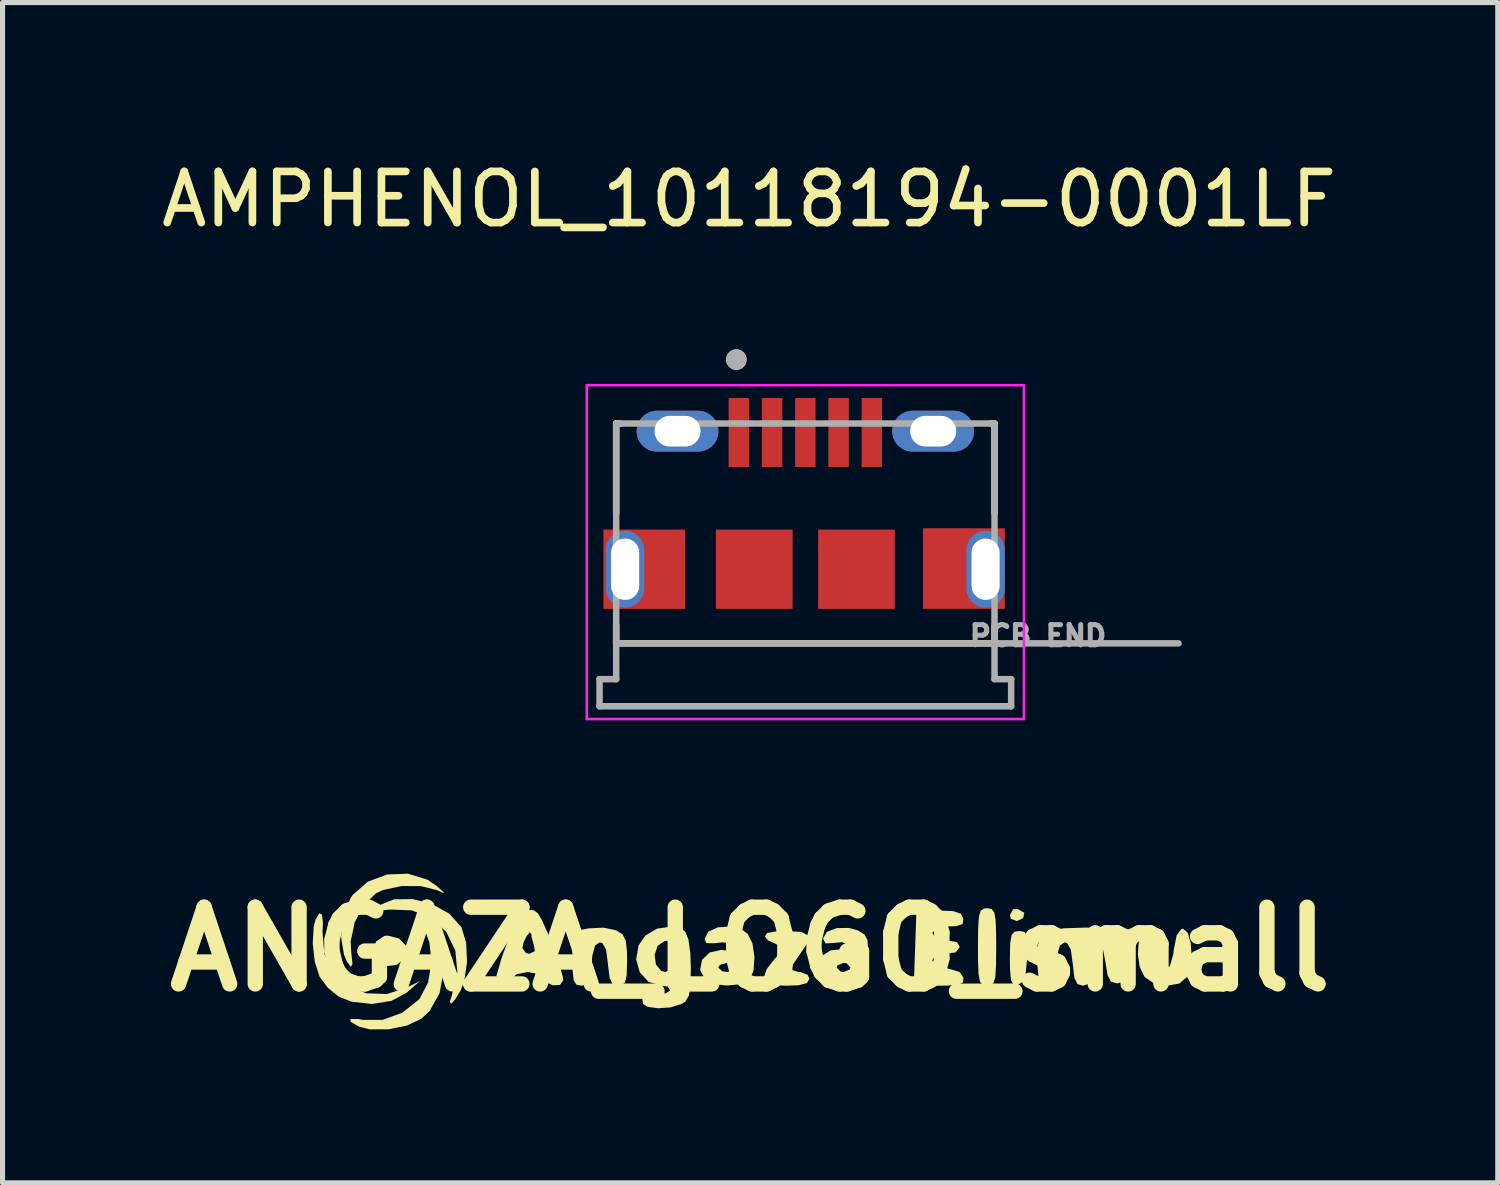
<source format=kicad_pcb>
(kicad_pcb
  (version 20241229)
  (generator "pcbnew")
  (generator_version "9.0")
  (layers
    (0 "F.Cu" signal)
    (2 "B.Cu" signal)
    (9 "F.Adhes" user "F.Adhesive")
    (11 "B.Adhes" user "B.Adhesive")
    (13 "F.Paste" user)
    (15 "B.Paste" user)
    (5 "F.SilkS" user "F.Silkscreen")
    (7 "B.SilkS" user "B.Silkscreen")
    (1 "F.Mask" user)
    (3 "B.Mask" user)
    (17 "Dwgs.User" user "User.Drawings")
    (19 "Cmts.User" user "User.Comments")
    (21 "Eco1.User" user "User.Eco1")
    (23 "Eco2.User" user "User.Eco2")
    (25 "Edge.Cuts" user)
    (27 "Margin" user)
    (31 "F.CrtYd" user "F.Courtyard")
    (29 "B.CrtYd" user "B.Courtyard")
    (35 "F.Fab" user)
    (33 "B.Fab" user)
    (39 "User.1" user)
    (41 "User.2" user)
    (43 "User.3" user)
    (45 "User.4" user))
  (footprint "AMPHENOL_10118194-0001LF"
    (layer "F.Cu")
    (at 12.701 8.083)
    (property "Reference" "AMPHENOL_10118194-0001LF" (at -1.1 -7.235 0) (layer "F.SilkS") (effects (font (size 1 1) (thickness 0.15))))
    (attr smd)
    (fp_line (start -3.7 -2.85) (end -3.7 -1.095) (stroke (width 0.127) (type solid)) (layer "F.SilkS"))
    (fp_line (start -3.7 -2.85) (end -3.62 -2.85) (stroke (width 0.127) (type solid)) (layer "F.SilkS"))
    (fp_line (start -3.7 1.45) (end -3.7 1.095) (stroke (width 0.127) (type solid)) (layer "F.SilkS"))
    (fp_line (start -3.7 1.45) (end 3.7 1.45) (stroke (width 0.127) (type solid)) (layer "F.SilkS"))
    (fp_line (start 3.62 -2.85) (end 3.7 -2.85) (stroke (width 0.127) (type solid)) (layer "F.SilkS"))
    (fp_line (start 3.7 -1.095) (end 3.7 -2.85) (stroke (width 0.127) (type solid)) (layer "F.SilkS"))
    (fp_line (start 3.7 1.45) (end 3.7 1.095) (stroke (width 0.127) (type solid)) (layer "F.SilkS"))
    (fp_circle (center -1.35 -4.1) (end -1.25 -4.1) (stroke (width 0.2) (type solid)) (fill no) (layer "F.SilkS"))
    (fp_line (start -4.275 -3.6) (end -4.275 2.93) (stroke (width 0.05) (type solid)) (layer "F.CrtYd"))
    (fp_line (start -4.275 2.93) (end 4.275 2.93) (stroke (width 0.05) (type solid)) (layer "F.CrtYd"))
    (fp_line (start 4.275 -3.6) (end -4.275 -3.6) (stroke (width 0.05) (type solid)) (layer "F.CrtYd"))
    (fp_line (start 4.275 2.93) (end 4.275 -3.6) (stroke (width 0.05) (type solid)) (layer "F.CrtYd"))
    (fp_line (start -4.025 2.15) (end -4.025 2.68) (stroke (width 0.127) (type solid)) (layer "F.Fab"))
    (fp_line (start -4.025 2.68) (end 4.025 2.68) (stroke (width 0.127) (type solid)) (layer "F.Fab"))
    (fp_line (start -3.7 -2.85) (end -3.7 1.45) (stroke (width 0.127) (type solid)) (layer "F.Fab"))
    (fp_line (start -3.7 -2.85) (end 3.7 -2.85) (stroke (width 0.127) (type solid)) (layer "F.Fab"))
    (fp_line (start -3.7 1.45) (end -3.7 2.15) (stroke (width 0.127) (type solid)) (layer "F.Fab"))
    (fp_line (start -3.7 1.45) (end 3.7 1.45) (stroke (width 0.127) (type solid)) (layer "F.Fab"))
    (fp_line (start -3.7 2.15) (end -4.025 2.15) (stroke (width 0.127) (type solid)) (layer "F.Fab"))
    (fp_line (start 3.7 1.45) (end 3.7 -2.85) (stroke (width 0.127) (type solid)) (layer "F.Fab"))
    (fp_line (start 3.7 1.45) (end 7.3 1.45) (stroke (width 0.127) (type solid)) (layer "F.Fab"))
    (fp_line (start 3.7 2.15) (end 3.7 1.45) (stroke (width 0.127) (type solid)) (layer "F.Fab"))
    (fp_line (start 4.025 2.15) (end 3.7 2.15) (stroke (width 0.127) (type solid)) (layer "F.Fab"))
    (fp_line (start 4.025 2.68) (end 4.025 2.15) (stroke (width 0.127) (type solid)) (layer "F.Fab"))
    (fp_circle (center -1.35 -4.1) (end -1.25 -4.1) (stroke (width 0.2) (type solid)) (fill no) (layer "F.Fab"))
    (fp_text user "PCB END" (at 4.55 1.3 0) (layer "F.Fab") (effects (font (size 0.394 0.394) (thickness 0.098))))
    (pad "1" smd rect (at -1.3 -2.675) (size 0.4 1.35) (layers "F.Cu" "F.Paste"))
    (pad "2" smd rect (at -0.65 -2.675) (size 0.4 1.35) (layers "F.Cu" "F.Paste"))
    (pad "3" smd rect (at 0 -2.675) (size 0.4 1.35) (layers "F.Cu" "F.Paste"))
    (pad "4" smd rect (at 0.65 -2.675) (size 0.4 1.35) (layers "F.Cu" "F.Paste"))
    (pad "5" smd rect (at 1.3 -2.675) (size 0.4 1.35) (layers "F.Cu" "F.Paste"))
    (pad "S1" thru_hole oval (at -2.5 -2.7) (size 1.6 0.8) (drill oval 0.9 0.6) (layers "*.Cu" "*.Mask"))
    (pad "S2" thru_hole oval (at 2.5 -2.7) (size 1.6 0.8) (drill oval 0.9 0.6) (layers "*.Cu" "*.Mask"))
    (pad "S3" thru_hole oval (at -3.525 0) (size 0.75 1.5) (drill oval 0.55 1.2) (layers "*.Cu" "*.Mask"))
    (pad "S4" smd rect (at -3.15 0) (size 1.6 1.55) (layers "F.Cu" "F.Mask" "F.Paste"))
    (pad "S4" smd rect (at -1 0) (size 1.5 1.55) (layers "F.Cu" "F.Mask" "F.Paste"))
    (pad "S5" smd rect (at 1 0) (size 1.5 1.55) (layers "F.Cu" "F.Mask" "F.Paste"))
    (pad "S6" smd rect (at 3.1 -0.013) (size 1.6 1.575) (layers "F.Cu" "F.Mask" "F.Paste"))
    (pad "S6" thru_hole oval (at 3.525 0) (size 0.75 1.5) (drill oval 0.55 1.2) (layers "*.Cu" "*.Mask")))
  (footprint "ANGAZA_LOGO_small"
    (layer "F.Cu")
    (at 11.621 15.515)
    (property "Reference" "ANGAZA_LOGO_small" (at 0 0 0) (layer "F.SilkS") (effects (font (size 1.5 1.5) (thickness 0.3))))
    (attr board_only exclude_from_pos_files exclude_from_bom)
    (fp_poly (pts (xy 5.362 -0.711) (xy 5.34 -0.609) (xy 5.218 -0.55) (xy 5.099 -0.594) (xy 5.08 -0.668) (xy 5.144 -0.781) (xy 5.236 -0.785)) (stroke (width 0) (type solid)) (fill yes) (layer "F.SilkS"))
    (fp_poly (pts (xy -6.864 -0.209) (xy -6.728 -0.065) (xy -6.72 0.117) (xy -6.743 0.163) (xy -6.916 0.308) (xy -7.131 0.33) (xy -7.301 0.231) (xy -7.374 0.035) (xy -7.316 -0.151) (xy -7.155 -0.26) (xy -7.09 -0.267)) (stroke (width 0) (type solid)) (fill yes) (layer "F.SilkS"))
    (fp_poly (pts (xy 5.365 -0.34) (xy 5.416 -0.261) (xy 5.428 -0.079) (xy 5.419 0.155) (xy 5.391 0.46) (xy 5.339 0.627) (xy 5.25 0.693) (xy 5.236 0.696) (xy 5.149 0.69) (xy 5.102 0.604) (xy 5.083 0.401) (xy 5.08 0.185) (xy 5.086 -0.116) (xy 5.114 -0.279) (xy 5.176 -0.345) (xy 5.263 -0.356)) (stroke (width 0) (type solid)) (fill yes) (layer "F.SilkS"))
    (fp_poly (pts (xy 4.721 -0.788) (xy 4.774 -0.722) (xy 4.801 -0.571) (xy 4.811 -0.298) (xy 4.813 -0.045) (xy 4.809 0.324) (xy 4.794 0.549) (xy 4.758 0.665) (xy 4.694 0.708) (xy 4.634 0.713) (xy 4.548 0.699) (xy 4.495 0.633) (xy 4.467 0.482) (xy 4.457 0.209) (xy 4.456 -0.045) (xy 4.459 -0.413) (xy 4.475 -0.638) (xy 4.511 -0.754) (xy 4.575 -0.797) (xy 4.634 -0.802)) (stroke (width 0) (type solid)) (fill yes) (layer "F.SilkS"))
    (fp_poly (pts (xy -8.374 -0.678) (xy -8.355 -0.507) (xy -8.364 -0.339) (xy -8.328 0.091) (xy -8.152 0.449) (xy -7.869 0.713) (xy -7.509 0.862) (xy -7.103 0.876) (xy -6.729 0.757) (xy -6.461 0.623) (xy -6.711 0.846) (xy -7.013 1.009) (xy -7.395 1.071) (xy -7.792 1.027) (xy -8.042 0.93) (xy -8.262 0.752) (xy -8.421 0.537) (xy -8.515 0.244) (xy -8.555 -0.116) (xy -8.534 -0.449) (xy -8.502 -0.572) (xy -8.426 -0.705)) (stroke (width 0) (type solid)) (fill yes) (layer "F.SilkS"))
    (fp_poly (pts (xy -6.364 -0.414) (xy -6.246 -0.283) (xy -6.055 0.061) (xy -6 0.461) (xy -6.074 0.861) (xy -6.271 1.21) (xy -6.429 1.359) (xy -6.714 1.494) (xy -7.079 1.567) (xy -7.438 1.567) (xy -7.642 1.517) (xy -7.814 1.421) (xy -7.818 1.364) (xy -7.662 1.365) (xy -7.576 1.381) (xy -7.19 1.382) (xy -6.803 1.242) (xy -6.479 0.985) (xy -6.464 0.968) (xy -6.299 0.652) (xy -6.232 0.26) (xy -6.272 -0.13) (xy -6.333 -0.296) (xy -6.389 -0.42)) (stroke (width 0) (type solid)) (fill yes) (layer "F.SilkS"))
    (fp_poly (pts (xy -6.31 -1.36) (xy -6.134 -1.24) (xy -6 -1.12) (xy -5.999 -1.098) (xy -6.121 -1.154) (xy -6.438 -1.234) (xy -6.821 -1.235) (xy -7.178 -1.159) (xy -7.314 -1.096) (xy -7.558 -0.863) (xy -7.734 -0.525) (xy -7.813 -0.153) (xy -7.801 0.063) (xy -7.777 0.287) (xy -7.81 0.346) (xy -7.889 0.235) (xy -7.942 0.111) (xy -8.001 -0.241) (xy -7.956 -0.638) (xy -7.82 -0.991) (xy -7.773 -1.062) (xy -7.476 -1.322) (xy -7.098 -1.462) (xy -6.691 -1.477)) (stroke (width 0) (type solid)) (fill yes) (layer "F.SilkS"))
    (fp_poly (pts (xy -6.217 -0.881) (xy -5.883 -0.695) (xy -5.649 -0.434) (xy -5.646 -0.429) (xy -5.554 -0.128) (xy -5.536 0.25) (xy -5.591 0.619) (xy -5.662 0.807) (xy -5.772 0.987) (xy -5.851 1.067) (xy -5.874 1.028) (xy -5.837 0.914) (xy -5.726 0.45) (xy -5.766 0.025) (xy -5.941 -0.336) (xy -6.23 -0.607) (xy -6.615 -0.76) (xy -7.031 -0.776) (xy -7.269 -0.754) (xy -7.355 -0.766) (xy -7.314 -0.819) (xy -7.267 -0.855) (xy -6.964 -0.976) (xy -6.596 -0.98)) (stroke (width 0) (type solid)) (fill yes) (layer "F.SilkS"))
    (fp_poly (pts (xy 1.004 -0.337) (xy 1.14 -0.265) (xy 1.123 -0.123) (xy 0.98 0.089) (xy 0.838 0.297) (xy 0.824 0.407) (xy 0.94 0.445) (xy 0.98 0.446) (xy 1.126 0.501) (xy 1.159 0.579) (xy 1.111 0.663) (xy 0.946 0.704) (xy 0.713 0.713) (xy 0.443 0.702) (xy 0.309 0.661) (xy 0.268 0.572) (xy 0.267 0.55) (xy 0.329 0.382) (xy 0.479 0.189) (xy 0.497 0.172) (xy 0.727 -0.044) (xy 0.526 -0.091) (xy 0.353 -0.171) (xy 0.289 -0.248) (xy 0.33 -0.318) (xy 0.524 -0.352) (xy 0.706 -0.356)) (stroke (width 0) (type solid)) (fill yes) (layer "F.SilkS"))
    (fp_poly (pts (xy 7.866 -0.412) (xy 7.92 -0.293) (xy 7.949 -0.033) (xy 7.949 -0.028) (xy 7.986 0.253) (xy 8.055 0.384) (xy 8.11 0.401) (xy 8.211 0.328) (xy 8.276 0.097) (xy 8.288 0) (xy 8.344 -0.278) (xy 8.434 -0.395) (xy 8.467 -0.401) (xy 8.558 -0.323) (xy 8.616 -0.128) (xy 8.635 0.125) (xy 8.61 0.377) (xy 8.558 0.531) (xy 8.394 0.671) (xy 8.148 0.715) (xy 7.891 0.663) (xy 7.717 0.544) (xy 7.62 0.35) (xy 7.583 0.095) (xy 7.603 -0.161) (xy 7.676 -0.357) (xy 7.771 -0.428)) (stroke (width 0) (type solid)) (fill yes) (layer "F.SilkS"))
    (fp_poly (pts (xy 3.976 -0.744) (xy 4.12 -0.694) (xy 4.172 -0.602) (xy 4.157 -0.495) (xy 4.03 -0.451) (xy 3.883 -0.446) (xy 3.65 -0.418) (xy 3.566 -0.329) (xy 3.565 -0.312) (xy 3.645 -0.206) (xy 3.832 -0.178) (xy 4.045 -0.138) (xy 4.1 -0.045) (xy 4.02 0.062) (xy 3.832 0.089) (xy 3.622 0.129) (xy 3.56 0.219) (xy 3.642 0.316) (xy 3.854 0.373) (xy 4.093 0.443) (xy 4.172 0.557) (xy 4.165 0.647) (xy 4.074 0.694) (xy 3.861 0.711) (xy 3.702 0.713) (xy 3.201 0.713) (xy 3.227 -0.022) (xy 3.253 -0.758) (xy 3.697 -0.758)) (stroke (width 0) (type solid)) (fill yes) (layer "F.SilkS"))
    (fp_poly (pts (xy -2.622 -0.37) (xy -2.496 -0.291) (xy -2.432 -0.167) (xy -2.408 0.054) (xy -2.406 0.221) (xy -2.414 0.505) (xy -2.448 0.654) (xy -2.522 0.708) (xy -2.58 0.713) (xy -2.689 0.683) (xy -2.748 0.563) (xy -2.779 0.31) (xy -2.78 0.29) (xy -2.817 0.01) (xy -2.888 -0.118) (xy -2.941 -0.134) (xy -3.033 -0.073) (xy -3.086 0.125) (xy -3.102 0.29) (xy -3.131 0.552) (xy -3.188 0.678) (xy -3.294 0.713) (xy -3.302 0.713) (xy -3.4 0.692) (xy -3.452 0.602) (xy -3.473 0.402) (xy -3.476 0.182) (xy -3.476 -0.348) (xy -3.157 -0.408) (xy -2.867 -0.422)) (stroke (width 0) (type solid)) (fill yes) (layer "F.SilkS"))
    (fp_poly (pts (xy -0.163 -0.384) (xy -0.051 -0.306) (xy 0.046 -0.114) (xy 0.085 0.156) (xy 0.065 0.424) (xy -0.018 0.606) (xy -0.194 0.685) (xy -0.453 0.71) (xy -0.711 0.682) (xy -0.873 0.606) (xy -0.978 0.406) (xy -0.969 0.356) (xy -0.624 0.356) (xy -0.549 0.429) (xy -0.446 0.446) (xy -0.301 0.408) (xy -0.267 0.356) (xy -0.342 0.284) (xy -0.446 0.267) (xy -0.59 0.305) (xy -0.624 0.356) (xy -0.969 0.356) (xy -0.941 0.209) (xy -0.791 0.063) (xy -0.56 0.013) (xy -0.491 0.022) (xy -0.325 0.031) (xy -0.267 -0.003) (xy -0.343 -0.096) (xy -0.524 -0.136) (xy -0.704 -0.117) (xy -0.857 -0.119) (xy -0.891 -0.203) (xy -0.816 -0.345) (xy -0.63 -0.428) (xy -0.393 -0.443)) (stroke (width 0) (type solid)) (fill yes) (layer "F.SilkS"))
    (fp_poly (pts (xy 2.106 -0.368) (xy 2.235 -0.29) (xy 2.296 -0.176) (xy 2.307 0.031) (xy 2.3 0.201) (xy 2.273 0.668) (xy 1.916 0.686) (xy 1.66 0.686) (xy 1.473 0.664) (xy 1.448 0.656) (xy 1.367 0.542) (xy 1.337 0.359) (xy 1.337 0.356) (xy 1.693 0.356) (xy 1.766 0.436) (xy 1.827 0.446) (xy 1.946 0.397) (xy 1.961 0.356) (xy 1.889 0.277) (xy 1.827 0.267) (xy 1.708 0.315) (xy 1.693 0.356) (xy 1.337 0.356) (xy 1.393 0.136) (xy 1.575 0.023) (xy 1.795 0) (xy 1.913 -0.036) (xy 1.916 -0.089) (xy 1.798 -0.138) (xy 1.643 -0.124) (xy 1.476 -0.112) (xy 1.426 -0.205) (xy 1.426 -0.211) (xy 1.502 -0.34) (xy 1.691 -0.413) (xy 1.931 -0.417)) (stroke (width 0) (type solid)) (fill yes) (layer "F.SilkS"))
    (fp_poly (pts (xy -4.232 -0.761) (xy -4.151 -0.703) (xy -4.066 -0.558) (xy -3.953 -0.303) (xy -3.833 0.004) (xy -3.729 0.303) (xy -3.665 0.534) (xy -3.654 0.611) (xy -3.719 0.697) (xy -3.861 0.705) (xy -3.998 0.642) (xy -4.043 0.579) (xy -4.164 0.479) (xy -4.355 0.446) (xy -4.566 0.488) (xy -4.667 0.579) (xy -4.789 0.697) (xy -4.864 0.713) (xy -4.964 0.672) (xy -4.961 0.52) (xy -4.953 0.487) (xy -4.849 0.136) (xy -4.79 -0.022) (xy -4.455 -0.022) (xy -4.384 0.074) (xy -4.313 0.089) (xy -4.212 0.036) (xy -4.224 -0.052) (xy -4.273 -0.237) (xy -4.279 -0.297) (xy -4.309 -0.332) (xy -4.372 -0.258) (xy -4.432 -0.131) (xy -4.455 -0.022) (xy -4.79 -0.022) (xy -4.72 -0.211) (xy -4.584 -0.509) (xy -4.463 -0.713) (xy -4.396 -0.776)) (stroke (width 0) (type solid)) (fill yes) (layer "F.SilkS"))
    (fp_poly (pts (xy -1.32 -0.381) (xy -1.266 -0.339) (xy -1.207 -0.192) (xy -1.169 0.084) (xy -1.159 0.371) (xy -1.167 0.706) (xy -1.199 0.908) (xy -1.265 1.021) (xy -1.331 1.066) (xy -1.548 1.136) (xy -1.799 1.155) (xy -2.009 1.125) (xy -2.094 1.069) (xy -2.115 0.93) (xy -1.995 0.86) (xy -1.84 0.867) (xy -1.653 0.863) (xy -1.565 0.81) (xy -1.587 0.735) (xy -1.726 0.713) (xy -1.986 0.639) (xy -2.159 0.451) (xy -2.229 0.196) (xy -2.214 0.11) (xy -1.867 0.11) (xy -1.843 0.296) (xy -1.74 0.424) (xy -1.652 0.446) (xy -1.552 0.383) (xy -1.516 0.179) (xy -1.515 0.127) (xy -1.533 -0.086) (xy -1.599 -0.164) (xy -1.67 -0.161) (xy -1.81 -0.065) (xy -1.867 0.11) (xy -2.214 0.11) (xy -2.181 -0.075) (xy -2.05 -0.267) (xy -1.823 -0.402) (xy -1.553 -0.442)) (stroke (width 0) (type solid)) (fill yes) (layer "F.SilkS"))
    (fp_poly (pts (xy 6.971 -0.404) (xy 7.219 -0.326) (xy 7.348 -0.164) (xy 7.385 0.104) (xy 7.379 0.256) (xy 7.35 0.513) (xy 7.291 0.636) (xy 7.181 0.668) (xy 7.174 0.668) (xy 7.058 0.635) (xy 6.99 0.506) (xy 6.952 0.267) (xy 6.898 -0.013) (xy 6.828 -0.12) (xy 6.761 -0.054) (xy 6.711 0.183) (xy 6.702 0.29) (xy 6.672 0.553) (xy 6.614 0.68) (xy 6.507 0.713) (xy 6.506 0.713) (xy 6.399 0.68) (xy 6.341 0.555) (xy 6.311 0.293) (xy 6.31 0.29) (xy 6.273 0.01) (xy 6.202 -0.118) (xy 6.149 -0.134) (xy 6.057 -0.073) (xy 6.004 0.125) (xy 5.989 0.29) (xy 5.94 0.581) (xy 5.844 0.716) (xy 5.711 0.686) (xy 5.674 0.654) (xy 5.639 0.536) (xy 5.618 0.305) (xy 5.615 0.161) (xy 5.632 -0.096) (xy 5.704 -0.264) (xy 5.86 -0.362) (xy 6.132 -0.409) (xy 6.55 -0.423) (xy 6.576 -0.424)) (stroke (width 0) (type solid)) (fill yes) (layer "F.SilkS")))
  (gr_rect
    (start -3 -3)
    (end 26.243 20.083)
    (stroke (width 0.1) (type default))
    (fill no)
    (layer "Edge.Cuts")))
</source>
